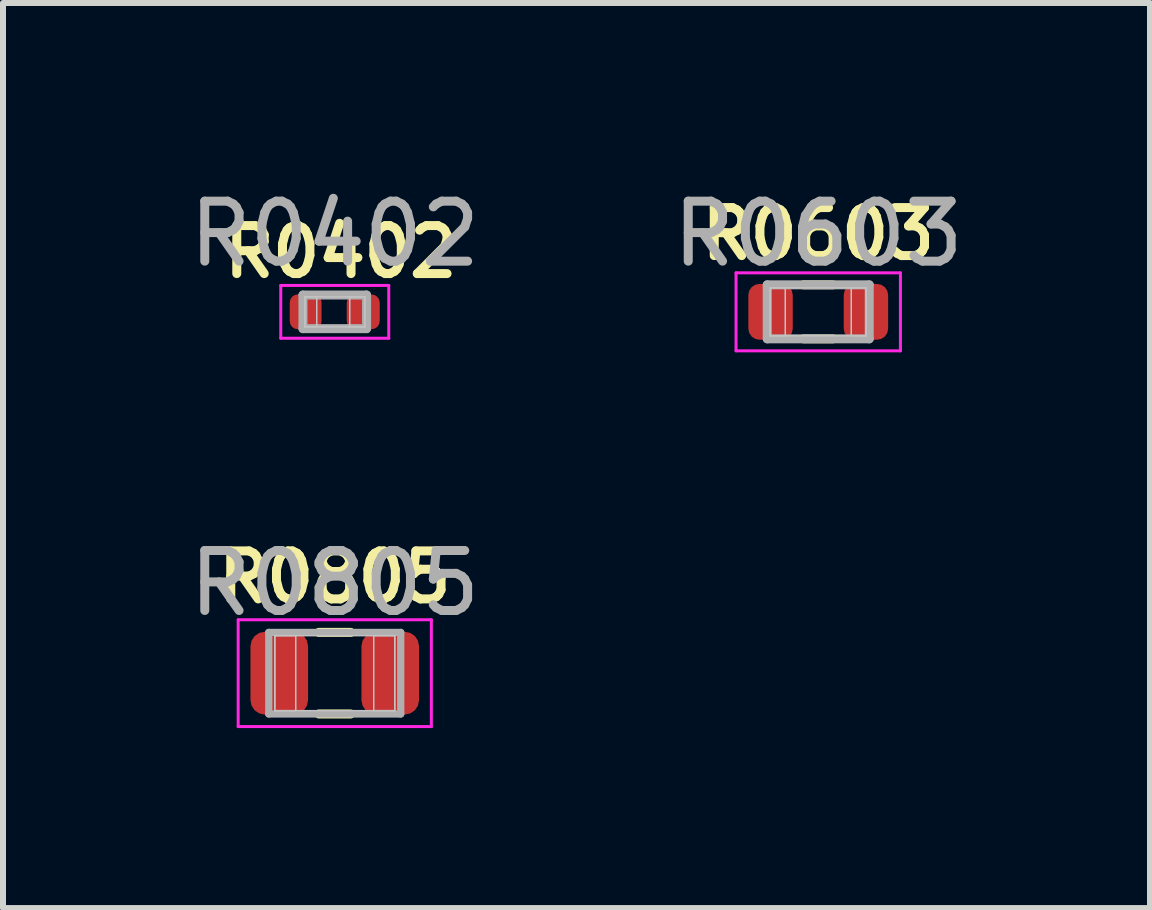
<source format=kicad_pcb>
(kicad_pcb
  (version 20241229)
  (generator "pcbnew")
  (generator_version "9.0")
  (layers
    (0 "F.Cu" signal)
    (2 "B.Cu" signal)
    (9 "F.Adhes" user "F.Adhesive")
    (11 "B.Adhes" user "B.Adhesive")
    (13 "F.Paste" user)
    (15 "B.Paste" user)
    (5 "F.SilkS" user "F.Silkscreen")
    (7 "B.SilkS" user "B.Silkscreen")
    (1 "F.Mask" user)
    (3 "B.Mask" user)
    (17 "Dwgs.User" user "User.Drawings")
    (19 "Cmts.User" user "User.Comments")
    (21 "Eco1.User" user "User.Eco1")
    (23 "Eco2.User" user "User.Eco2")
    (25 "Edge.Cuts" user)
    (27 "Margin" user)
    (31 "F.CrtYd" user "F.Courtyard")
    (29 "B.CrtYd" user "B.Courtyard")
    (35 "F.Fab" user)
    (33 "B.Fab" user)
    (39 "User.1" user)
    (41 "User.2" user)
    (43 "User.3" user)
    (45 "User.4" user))
  (footprint "R0402"
    (layer "F.Cu")
    (at 2.53 2.148)
    (property "Reference" "R0402" (at 0 -1.3 0) (layer "F.Fab") (effects (font (size 1 1) (thickness 0.15))))
    (attr smd)
    (fp_line (start -0.5 -0.25) (end -0.3 -0.25) (stroke (width 0.025) (type solid)) (layer "Dwgs.User"))
    (fp_line (start -0.5 -0.25) (end 0.5 -0.25) (stroke (width 0.025) (type solid)) (layer "Dwgs.User"))
    (fp_line (start -0.5 0.25) (end -0.5 -0.25) (stroke (width 0.025) (type solid)) (layer "Dwgs.User"))
    (fp_line (start -0.5 0.25) (end -0.5 -0.25) (stroke (width 0.025) (type solid)) (layer "Dwgs.User"))
    (fp_line (start -0.3 -0.25) (end -0.3 0.25) (stroke (width 0.025) (type solid)) (layer "Dwgs.User"))
    (fp_line (start -0.3 0.25) (end -0.5 0.25) (stroke (width 0.025) (type solid)) (layer "Dwgs.User"))
    (fp_line (start 0.25 -0.25) (end 0.5 -0.25) (stroke (width 0.025) (type solid)) (layer "Dwgs.User"))
    (fp_line (start 0.25 0.25) (end 0.25 -0.25) (stroke (width 0.025) (type solid)) (layer "Dwgs.User"))
    (fp_line (start 0.5 -0.25) (end 0.5 0.25) (stroke (width 0.025) (type solid)) (layer "Dwgs.User"))
    (fp_line (start 0.5 -0.25) (end 0.5 0.25) (stroke (width 0.025) (type solid)) (layer "Dwgs.User"))
    (fp_line (start 0.5 0.25) (end -0.5 0.25) (stroke (width 0.025) (type solid)) (layer "Dwgs.User"))
    (fp_line (start 0.5 0.25) (end 0.25 0.25) (stroke (width 0.025) (type solid)) (layer "Dwgs.User"))
    (fp_line (start -0.9 -0.44) (end 0.9 -0.44) (stroke (width 0.05) (type solid)) (layer "F.CrtYd"))
    (fp_line (start -0.9 0.44) (end -0.9 -0.44) (stroke (width 0.05) (type solid)) (layer "F.CrtYd"))
    (fp_line (start 0.9 -0.44) (end 0.9 0.44) (stroke (width 0.05) (type solid)) (layer "F.CrtYd"))
    (fp_line (start 0.9 0.44) (end -0.9 0.44) (stroke (width 0.05) (type solid)) (layer "F.CrtYd"))
    (fp_line (start -0.53 -0.28) (end 0.53 -0.28) (stroke (width 0.15) (type solid)) (layer "F.Fab"))
    (fp_line (start -0.53 0.28) (end -0.53 -0.28) (stroke (width 0.15) (type solid)) (layer "F.Fab"))
    (fp_line (start 0.53 -0.28) (end 0.53 0.28) (stroke (width 0.15) (type solid)) (layer "F.Fab"))
    (fp_line (start 0.53 0.28) (end -0.53 0.28) (stroke (width 0.15) (type solid)) (layer "F.Fab"))
    (fp_text user "${REFERENCE}" (at 0.1 -1 0) (layer "F.SilkS") (effects (font (size 0.8 0.8) (thickness 0.15))))
    (pad "" smd custom (at -0.485 0) (size 0.3 0.3) (layers "F.Paste") (options (anchor circle)) (primitives (gr_poly (pts (xy -0.26 -0.19) (xy -0.14 -0.29) (xy 0.09 -0.29) (xy 0.26 0) (xy 0.09 0.29) (xy -0.14 0.29) (xy -0.26 0.19)) (width 0) (fill yes))))
    (pad "" smd custom (at 0.475 0 180) (size 0.3 0.3) (layers "F.Paste") (options (anchor circle)) (primitives (gr_poly (pts (xy -0.27 -0.19) (xy -0.14 -0.29) (xy 0.09 -0.29) (xy 0.27 0) (xy 0.09 0.29) (xy -0.14 0.29) (xy -0.27 0.19)) (width 0) (fill yes))))
    (pad "1" smd roundrect (at -0.485 0) (size 0.53 0.58) (layers "F.Cu" "F.Mask") (roundrect_rratio 0.25))
    (pad "2" smd roundrect (at 0.475 0) (size 0.55 0.58) (layers "F.Cu" "F.Mask") (roundrect_rratio 0.25)))
  (footprint "R0603"
    (layer "F.Cu")
    (at 10.589 2.148)
    (property "Reference" "R0603" (at 0 -1.3 0) (layer "F.Fab") (effects (font (size 1 1) (thickness 0.15))))
    (attr smd)
    (fp_line (start -0.245 -0.45) (end 0.245 -0.45) (stroke (width 0.15) (type solid)) (layer "F.SilkS"))
    (fp_line (start -0.245 0.45) (end 0.245 0.45) (stroke (width 0.15) (type solid)) (layer "F.SilkS"))
    (fp_line (start -0.8 -0.4) (end -0.55 -0.4) (stroke (width 0.025) (type solid)) (layer "Dwgs.User"))
    (fp_line (start -0.8 -0.4) (end 0.8 -0.4) (stroke (width 0.025) (type solid)) (layer "Dwgs.User"))
    (fp_line (start -0.8 0.4) (end -0.8 -0.4) (stroke (width 0.025) (type solid)) (layer "Dwgs.User"))
    (fp_line (start -0.8 0.4) (end -0.8 -0.4) (stroke (width 0.025) (type solid)) (layer "Dwgs.User"))
    (fp_line (start -0.55 -0.4) (end -0.55 0.4) (stroke (width 0.025) (type solid)) (layer "Dwgs.User"))
    (fp_line (start -0.55 0.4) (end -0.8 0.4) (stroke (width 0.025) (type solid)) (layer "Dwgs.User"))
    (fp_line (start 0.55 -0.4) (end 0.8 -0.4) (stroke (width 0.025) (type solid)) (layer "Dwgs.User"))
    (fp_line (start 0.55 0.4) (end 0.55 -0.4) (stroke (width 0.025) (type solid)) (layer "Dwgs.User"))
    (fp_line (start 0.8 -0.4) (end 0.8 0.4) (stroke (width 0.025) (type solid)) (layer "Dwgs.User"))
    (fp_line (start 0.8 -0.4) (end 0.8 0.4) (stroke (width 0.025) (type solid)) (layer "Dwgs.User"))
    (fp_line (start 0.8 0.4) (end -0.8 0.4) (stroke (width 0.025) (type solid)) (layer "Dwgs.User"))
    (fp_line (start 0.8 0.4) (end 0.55 0.4) (stroke (width 0.025) (type solid)) (layer "Dwgs.User"))
    (fp_line (start -1.37 -0.65) (end 1.37 -0.65) (stroke (width 0.05) (type solid)) (layer "F.CrtYd"))
    (fp_line (start -1.37 0.65) (end -1.37 -0.65) (stroke (width 0.05) (type solid)) (layer "F.CrtYd"))
    (fp_line (start 1.37 -0.65) (end 1.37 0.65) (stroke (width 0.05) (type solid)) (layer "F.CrtYd"))
    (fp_line (start 1.37 0.65) (end -1.37 0.65) (stroke (width 0.05) (type solid)) (layer "F.CrtYd"))
    (fp_line (start -0.85 -0.45) (end 0.85 -0.45) (stroke (width 0.15) (type solid)) (layer "F.Fab"))
    (fp_line (start -0.85 0.45) (end -0.85 -0.45) (stroke (width 0.15) (type solid)) (layer "F.Fab"))
    (fp_line (start 0.85 -0.45) (end 0.85 0.45) (stroke (width 0.15) (type solid)) (layer "F.Fab"))
    (fp_line (start 0.85 0.45) (end -0.85 0.45) (stroke (width 0.15) (type solid)) (layer "F.Fab"))
    (fp_text user "${REFERENCE}" (at 0 -1.3 0) (layer "F.SilkS") (effects (font (size 0.8 0.8) (thickness 0.15))))
    (pad "" smd custom (at -0.795 0) (size 0.3 0.3) (layers "F.Paste") (options (anchor circle)) (primitives (gr_poly (pts (xy -0.37 -0.3) (xy -0.23 -0.46) (xy 0.125 -0.46) (xy 0.37 0) (xy 0.125 0.46) (xy -0.23 0.46) (xy -0.37 0.3)) (width 0) (fill yes))))
    (pad "" smd custom (at 0.795 0 180) (size 0.3 0.3) (layers "F.Paste") (options (anchor circle)) (primitives (gr_poly (pts (xy -0.37 -0.3) (xy -0.23 -0.46) (xy 0.125 -0.46) (xy 0.37 0) (xy 0.125 0.46) (xy -0.23 0.46) (xy -0.37 0.3)) (width 0) (fill yes))))
    (pad "1" smd roundrect (at -0.795 0) (size 0.74 0.93) (layers "F.Cu" "F.Mask") (roundrect_rratio 0.25))
    (pad "2" smd roundrect (at 0.795 0) (size 0.74 0.93) (layers "F.Cu" "F.Mask") (roundrect_rratio 0.25)))
  (footprint "R0805"
    (layer "F.Cu")
    (at 2.53 8.171)
    (property "Reference" "R0805" (at 0 -1.6 0) (layer "F.SilkS") (effects (font (size 0.8 0.8) (thickness 0.15))))
    (attr smd)
    (fp_line (start -0.265 -0.68) (end 0.265 -0.68) (stroke (width 0.15) (type solid)) (layer "F.SilkS"))
    (fp_line (start -0.265 0.68) (end 0.265 0.68) (stroke (width 0.15) (type solid)) (layer "F.SilkS"))
    (fp_line (start -1 -0.625) (end -0.65 -0.625) (stroke (width 0.025) (type solid)) (layer "Dwgs.User"))
    (fp_line (start -1 -0.625) (end 1 -0.625) (stroke (width 0.025) (type solid)) (layer "Dwgs.User"))
    (fp_line (start -1 0.625) (end -1 -0.625) (stroke (width 0.025) (type solid)) (layer "Dwgs.User"))
    (fp_line (start -1 0.625) (end -1 -0.625) (stroke (width 0.025) (type solid)) (layer "Dwgs.User"))
    (fp_line (start -0.65 -0.625) (end -0.65 0.625) (stroke (width 0.025) (type solid)) (layer "Dwgs.User"))
    (fp_line (start -0.65 0.625) (end -1 0.625) (stroke (width 0.025) (type solid)) (layer "Dwgs.User"))
    (fp_line (start 0.65 -0.625) (end 1 -0.625) (stroke (width 0.025) (type solid)) (layer "Dwgs.User"))
    (fp_line (start 0.65 0.625) (end 0.65 -0.625) (stroke (width 0.025) (type solid)) (layer "Dwgs.User"))
    (fp_line (start 1 -0.625) (end 1 0.625) (stroke (width 0.025) (type solid)) (layer "Dwgs.User"))
    (fp_line (start 1 -0.625) (end 1 0.625) (stroke (width 0.025) (type solid)) (layer "Dwgs.User"))
    (fp_line (start 1 0.625) (end -1 0.625) (stroke (width 0.025) (type solid)) (layer "Dwgs.User"))
    (fp_line (start 1 0.625) (end 0.65 0.625) (stroke (width 0.025) (type solid)) (layer "Dwgs.User"))
    (fp_line (start -1.61 -0.89) (end 1.61 -0.89) (stroke (width 0.05) (type solid)) (layer "F.CrtYd"))
    (fp_line (start -1.61 0.89) (end -1.61 -0.89) (stroke (width 0.05) (type solid)) (layer "F.CrtYd"))
    (fp_line (start 1.61 -0.89) (end 1.61 0.89) (stroke (width 0.05) (type solid)) (layer "F.CrtYd"))
    (fp_line (start 1.61 0.89) (end -1.61 0.89) (stroke (width 0.05) (type solid)) (layer "F.CrtYd"))
    (fp_line (start -1.1 -0.68) (end 1.1 -0.68) (stroke (width 0.12) (type solid)) (layer "F.Fab"))
    (fp_line (start -1.1 0.68) (end -1.1 -0.68) (stroke (width 0.12) (type solid)) (layer "F.Fab"))
    (fp_line (start 1.1 -0.68) (end 1.1 0.68) (stroke (width 0.12) (type solid)) (layer "F.Fab"))
    (fp_line (start 1.1 0.68) (end -1.1 0.68) (stroke (width 0.12) (type solid)) (layer "F.Fab"))
    (fp_text user "${REFERENCE}" (at 0 -1.5 0) (layer "F.Fab") (effects (font (size 1 1) (thickness 0.15))))
    (pad "" smd custom (at -0.925 0) (size 0.3 0.3) (layers "F.Paste") (options (anchor circle)) (primitives (gr_poly (pts (xy -0.48 -0.48) (xy -0.27 -0.69) (xy 0.16 -0.69) (xy 0.48 0) (xy 0.16 0.69) (xy -0.27 0.69) (xy -0.48 0.48)) (width 0) (fill yes))))
    (pad "" smd custom (at 0.925 0 180) (size 0.3 0.3) (layers "F.Paste") (options (anchor circle)) (primitives (gr_poly (pts (xy -0.48 -0.48) (xy -0.27 -0.69) (xy 0.16 -0.69) (xy 0.48 0) (xy 0.16 0.69) (xy -0.27 0.69) (xy -0.48 0.48)) (width 0) (fill yes))))
    (pad "1" smd roundrect (at -0.925 0) (size 0.96 1.38) (layers "F.Cu" "F.Mask") (roundrect_rratio 0.25))
    (pad "2" smd roundrect (at 0.925 0) (size 0.96 1.38) (layers "F.Cu" "F.Mask") (roundrect_rratio 0.25)))
  (gr_rect
    (start -3 -3)
    (end 16.119 12.086)
    (stroke (width 0.1) (type default))
    (fill no)
    (layer "Edge.Cuts")))
</source>
